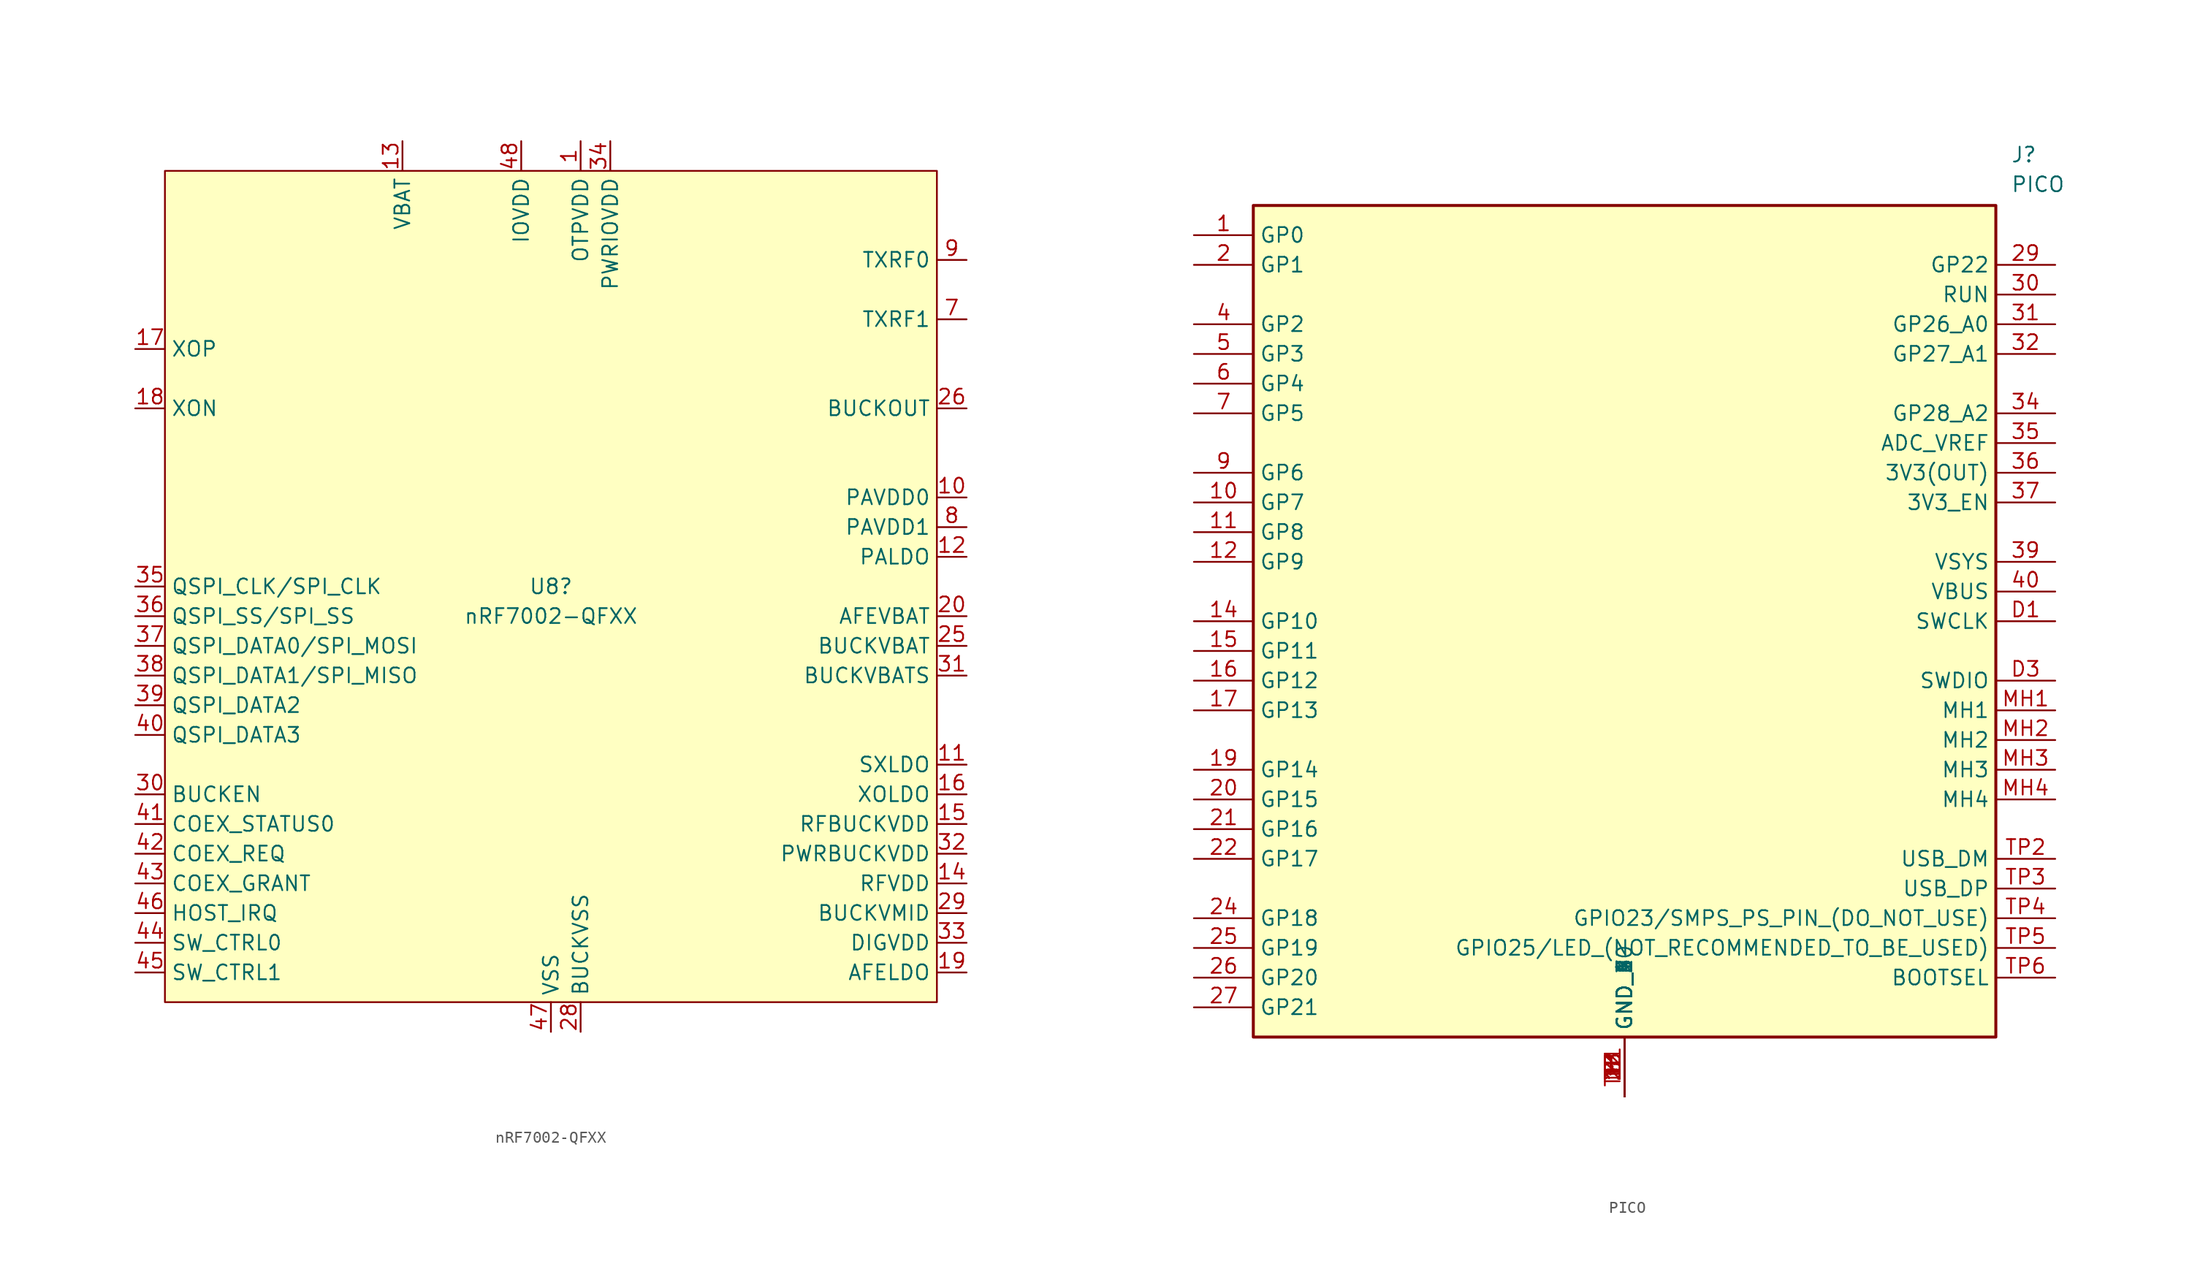
<source format=kicad_sym>
(kicad_symbol_lib
  (version 20231120)
  (generator "kicad_symbol_editor")
  (generator_version "8.0")
  (symbol "nRF7002-QFXX"
    (property "Reference" "U8"
      (at 0 0 0)
      (effects (font (size 1.27 1.27))))
    (property "Value" "nRF7002-QFXX"
      (at 0 -2.54 0)
      (effects (font (size 1.27 1.27))))
    (symbol "nRF7002-QFXX_0_0"
      (pin unspecified line (at 2.54 38.1 270) (length 2.54) (name "OTPVDD" (effects (font (size 1.27 1.27)))) (number "1" (effects (font (size 1.27 1.27)))))
      (pin unspecified line (at 35.56 7.62 180) (length 2.54) (name "PAVDD0" (effects (font (size 1.27 1.27)))) (number "10" (effects (font (size 1.27 1.27)))))
      (pin unspecified line (at 35.56 -15.24 180) (length 2.54) (name "SXLDO" (effects (font (size 1.27 1.27)))) (number "11" (effects (font (size 1.27 1.27)))))
      (pin unspecified line (at 35.56 2.54 180) (length 2.54) (name "PALDO" (effects (font (size 1.27 1.27)))) (number "12" (effects (font (size 1.27 1.27)))))
      (pin unspecified line (at -12.7 38.1 270) (length 2.54) (name "VBAT" (effects (font (size 1.27 1.27)))) (number "13" (effects (font (size 1.27 1.27)))))
      (pin unspecified line (at 35.56 -25.4 180) (length 2.54) (name "RFVDD" (effects (font (size 1.27 1.27)))) (number "14" (effects (font (size 1.27 1.27)))))
      (pin unspecified line (at 35.56 -20.32 180) (length 2.54) (name "RFBUCKVDD" (effects (font (size 1.27 1.27)))) (number "15" (effects (font (size 1.27 1.27)))))
      (pin unspecified line (at 35.56 -17.78 180) (length 2.54) (name "XOLDO" (effects (font (size 1.27 1.27)))) (number "16" (effects (font (size 1.27 1.27)))))
      (pin unspecified line (at -35.56 20.32 0) (length 2.54) (name "XOP" (effects (font (size 1.27 1.27)))) (number "17" (effects (font (size 1.27 1.27)))))
      (pin unspecified line (at -35.56 15.24 0) (length 2.54) (name "XON" (effects (font (size 1.27 1.27)))) (number "18" (effects (font (size 1.27 1.27)))))
      (pin unspecified line (at 35.56 -33.02 180) (length 2.54) (name "AFELDO" (effects (font (size 1.27 1.27)))) (number "19" (effects (font (size 1.27 1.27)))))
      (pin unspecified line (at 35.56 -2.54 180) (length 2.54) (name "AFEVBAT" (effects (font (size 1.27 1.27)))) (number "20" (effects (font (size 1.27 1.27)))))
      (pin unspecified line (at 35.56 -5.08 180) (length 2.54) (name "BUCKVBAT" (effects (font (size 1.27 1.27)))) (number "25" (effects (font (size 1.27 1.27)))))
      (pin unspecified line (at 35.56 15.24 180) (length 2.54) (name "BUCKOUT" (effects (font (size 1.27 1.27)))) (number "26" (effects (font (size 1.27 1.27)))))
      (pin unspecified line (at 2.54 -38.1 90) (length 2.54) (name "BUCKVSS" (effects (font (size 1.27 1.27)))) (number "28" (effects (font (size 1.27 1.27)))))
      (pin unspecified line (at 35.56 -27.94 180) (length 2.54) (name "BUCKVMID" (effects (font (size 1.27 1.27)))) (number "29" (effects (font (size 1.27 1.27)))))
      (pin unspecified line (at -35.56 -17.78 0) (length 2.54) (name "BUCKEN" (effects (font (size 1.27 1.27)))) (number "30" (effects (font (size 1.27 1.27)))))
      (pin unspecified line (at 35.56 -7.62 180) (length 2.54) (name "BUCKVBATS" (effects (font (size 1.27 1.27)))) (number "31" (effects (font (size 1.27 1.27)))))
      (pin unspecified line (at 35.56 -22.86 180) (length 2.54) (name "PWRBUCKVDD" (effects (font (size 1.27 1.27)))) (number "32" (effects (font (size 1.27 1.27)))))
      (pin unspecified line (at 35.56 -30.48 180) (length 2.54) (name "DIGVDD" (effects (font (size 1.27 1.27)))) (number "33" (effects (font (size 1.27 1.27)))))
      (pin unspecified line (at 5.08 38.1 270) (length 2.54) (name "PWRIOVDD" (effects (font (size 1.27 1.27)))) (number "34" (effects (font (size 1.27 1.27)))))
      (pin unspecified line (at -35.56 -2.54 0) (length 2.54) (name "QSPI_SS/SPI_SS" (effects (font (size 1.27 1.27)))) (number "36" (effects (font (size 1.27 1.27)))))
      (pin unspecified line (at -35.56 -5.08 0) (length 2.54) (name "QSPI_DATA0/SPI_MOSI" (effects (font (size 1.27 1.27)))) (number "37" (effects (font (size 1.27 1.27)))))
      (pin unspecified line (at -35.56 -7.62 0) (length 2.54) (name "QSPI_DATA1/SPI_MISO" (effects (font (size 1.27 1.27)))) (number "38" (effects (font (size 1.27 1.27)))))
      (pin unspecified line (at -35.56 -10.16 0) (length 2.54) (name "QSPI_DATA2" (effects (font (size 1.27 1.27)))) (number "39" (effects (font (size 1.27 1.27)))))
      (pin unspecified line (at -35.56 -12.7 0) (length 2.54) (name "QSPI_DATA3" (effects (font (size 1.27 1.27)))) (number "40" (effects (font (size 1.27 1.27)))))
      (pin unspecified line (at -35.56 -20.32 0) (length 2.54) (name "COEX_STATUS0" (effects (font (size 1.27 1.27)))) (number "41" (effects (font (size 1.27 1.27)))))
      (pin unspecified line (at -35.56 -22.86 0) (length 2.54) (name "COEX_REQ" (effects (font (size 1.27 1.27)))) (number "42" (effects (font (size 1.27 1.27)))))
      (pin unspecified line (at -35.56 -25.4 0) (length 2.54) (name "COEX_GRANT" (effects (font (size 1.27 1.27)))) (number "43" (effects (font (size 1.27 1.27)))))
      (pin unspecified line (at -35.56 -30.48 0) (length 2.54) (name "SW_CTRL0" (effects (font (size 1.27 1.27)))) (number "44" (effects (font (size 1.27 1.27)))))
      (pin unspecified line (at -35.56 -33.02 0) (length 2.54) (name "SW_CTRL1" (effects (font (size 1.27 1.27)))) (number "45" (effects (font (size 1.27 1.27)))))
      (pin unspecified line (at -35.56 -27.94 0) (length 2.54) (name "HOST_IRQ" (effects (font (size 1.27 1.27)))) (number "46" (effects (font (size 1.27 1.27)))))
      (pin unspecified line (at -2.54 38.1 270) (length 2.54) (name "IOVDD" (effects (font (size 1.27 1.27)))) (number "48" (effects (font (size 1.27 1.27)))))
      (pin unspecified line (at 35.56 22.86 180) (length 2.54) (name "TXRF1" (effects (font (size 1.27 1.27)))) (number "7" (effects (font (size 1.27 1.27)))))
      (pin unspecified line (at 35.56 5.08 180) (length 2.54) (name "PAVDD1" (effects (font (size 1.27 1.27)))) (number "8" (effects (font (size 1.27 1.27)))))
      (pin unspecified line (at 35.56 27.94 180) (length 2.54) (name "TXRF0" (effects (font (size 1.27 1.27)))) (number "9" (effects (font (size 1.27 1.27))))))
    (symbol "nRF7002-QFXX_1_0"
      (pin no_connect line (at 10.16 -33.02 90) (length 2.54) hide (name "N.C." (effects (font (size 1.27 1.27)))) (number "2" (effects (font (size 1.27 1.27)))))
      (pin no_connect line (at 10.16 -33.02 90) (length 2.54) hide (name "N.C." (effects (font (size 1.27 1.27)))) (number "21" (effects (font (size 1.27 1.27)))))
      (pin no_connect line (at 10.16 -33.02 90) (length 2.54) hide (name "N.C." (effects (font (size 1.27 1.27)))) (number "22" (effects (font (size 1.27 1.27)))))
      (pin no_connect line (at 10.16 -33.02 90) (length 2.54) hide (name "N.C." (effects (font (size 1.27 1.27)))) (number "23" (effects (font (size 1.27 1.27)))))
      (pin no_connect line (at 10.16 -33.02 90) (length 2.54) hide (name "N.C." (effects (font (size 1.27 1.27)))) (number "24" (effects (font (size 1.27 1.27)))))
      (pin unspecified line (at 2.54 -38.1 90) (length 2.54) hide (name "BUCKVSS" (effects (font (size 1.27 1.27)))) (number "27" (effects (font (size 1.27 1.27)))))
      (pin no_connect line (at 10.16 -33.02 90) (length 2.54) hide (name "N.C." (effects (font (size 1.27 1.27)))) (number "3" (effects (font (size 1.27 1.27)))))
      (pin unspecified line (at -35.56 0 0) (length 2.54) (name "QSPI_CLK/SPI_CLK" (effects (font (size 1.27 1.27)))) (number "35" (effects (font (size 1.27 1.27)))))
      (pin no_connect line (at 10.16 -33.02 90) (length 2.54) hide (name "N.C." (effects (font (size 1.27 1.27)))) (number "4" (effects (font (size 1.27 1.27)))))
      (pin unspecified line (at 0 -38.1 90) (length 2.54) (name "VSS" (effects (font (size 1.27 1.27)))) (number "47" (effects (font (size 1.27 1.27)))))
      (pin unspecified line (at 0 -38.1 90) (length 2.54) hide (name "EP" (effects (font (size 1.27 1.27)))) (number "49" (effects (font (size 1.27 1.27)))))
      (pin no_connect line (at 10.16 -33.02 90) (length 2.54) hide (name "N.C." (effects (font (size 1.27 1.27)))) (number "5" (effects (font (size 1.27 1.27)))))
      (pin no_connect line (at 10.16 -33.02 90) (length 2.54) hide (name "N.C." (effects (font (size 1.27 1.27)))) (number "6" (effects (font (size 1.27 1.27))))))
    (symbol "nRF7002-QFXX_1_1"
      (rectangle (start -33.02 35.56) (end 33.02 -35.56) (stroke (width 0) (type default)) (fill (type background)))))
  (symbol "PICO"
    (property "Reference" "J"
      (at 69.85 7.62 0)
      (effects (font (size 1.27 1.27)) (justify left top)))
    (property "Value" "PICO"
      (at 69.85 5.08 0)
      (effects (font (size 1.27 1.27)) (justify left top)))
    (symbol "PICO_1_1"
      (rectangle (start 5.08 2.54) (end 68.58 -68.58) (stroke (width 0.254) (type default)) (fill (type background)))
      (pin passive line (at 0 0 0) (length 5.08) (name "GP0" (effects (font (size 1.27 1.27)))) (number "1" (effects (font (size 1.27 1.27)))))
      (pin passive line (at 0 -22.86 0) (length 5.08) (name "GP7" (effects (font (size 1.27 1.27)))) (number "10" (effects (font (size 1.27 1.27)))))
      (pin passive line (at 0 -25.4 0) (length 5.08) (name "GP8" (effects (font (size 1.27 1.27)))) (number "11" (effects (font (size 1.27 1.27)))))
      (pin passive line (at 0 -27.94 0) (length 5.08) (name "GP9" (effects (font (size 1.27 1.27)))) (number "12" (effects (font (size 1.27 1.27)))))
      (pin passive line (at 36.83 -73.66 90) (length 5.08) (name "GND_3" (effects (font (size 1.27 1.27)))) (number "13" (effects (font (size 1.27 1.27)))))
      (pin passive line (at 0 -33.02 0) (length 5.08) (name "GP10" (effects (font (size 1.27 1.27)))) (number "14" (effects (font (size 1.27 1.27)))))
      (pin passive line (at 0 -35.56 0) (length 5.08) (name "GP11" (effects (font (size 1.27 1.27)))) (number "15" (effects (font (size 1.27 1.27)))))
      (pin passive line (at 0 -38.1 0) (length 5.08) (name "GP12" (effects (font (size 1.27 1.27)))) (number "16" (effects (font (size 1.27 1.27)))))
      (pin passive line (at 0 -40.64 0) (length 5.08) (name "GP13" (effects (font (size 1.27 1.27)))) (number "17" (effects (font (size 1.27 1.27)))))
      (pin passive line (at 36.83 -73.66 90) (length 5.08) (name "GND_4" (effects (font (size 1.27 1.27)))) (number "18" (effects (font (size 1.27 1.27)))))
      (pin passive line (at 0 -45.72 0) (length 5.08) (name "GP14" (effects (font (size 1.27 1.27)))) (number "19" (effects (font (size 1.27 1.27)))))
      (pin passive line (at 0 -2.54 0) (length 5.08) (name "GP1" (effects (font (size 1.27 1.27)))) (number "2" (effects (font (size 1.27 1.27)))))
      (pin passive line (at 0 -48.26 0) (length 5.08) (name "GP15" (effects (font (size 1.27 1.27)))) (number "20" (effects (font (size 1.27 1.27)))))
      (pin passive line (at 0 -50.8 0) (length 5.08) (name "GP16" (effects (font (size 1.27 1.27)))) (number "21" (effects (font (size 1.27 1.27)))))
      (pin passive line (at 0 -53.34 0) (length 5.08) (name "GP17" (effects (font (size 1.27 1.27)))) (number "22" (effects (font (size 1.27 1.27)))))
      (pin passive line (at 36.83 -73.66 90) (length 5.08) (name "GND_5" (effects (font (size 1.27 1.27)))) (number "23" (effects (font (size 1.27 1.27)))))
      (pin passive line (at 0 -58.42 0) (length 5.08) (name "GP18" (effects (font (size 1.27 1.27)))) (number "24" (effects (font (size 1.27 1.27)))))
      (pin passive line (at 0 -60.96 0) (length 5.08) (name "GP19" (effects (font (size 1.27 1.27)))) (number "25" (effects (font (size 1.27 1.27)))))
      (pin passive line (at 0 -63.5 0) (length 5.08) (name "GP20" (effects (font (size 1.27 1.27)))) (number "26" (effects (font (size 1.27 1.27)))))
      (pin passive line (at 0 -66.04 0) (length 5.08) (name "GP21" (effects (font (size 1.27 1.27)))) (number "27" (effects (font (size 1.27 1.27)))))
      (pin passive line (at 36.83 -73.66 90) (length 5.08) (name "GND_6" (effects (font (size 1.27 1.27)))) (number "28" (effects (font (size 1.27 1.27)))))
      (pin passive line (at 73.66 -2.54 180) (length 5.08) (name "GP22" (effects (font (size 1.27 1.27)))) (number "29" (effects (font (size 1.27 1.27)))))
      (pin passive line (at 36.83 -73.66 90) (length 5.08) (name "GND_1" (effects (font (size 1.27 1.27)))) (number "3" (effects (font (size 1.27 1.27)))))
      (pin passive line (at 73.66 -5.08 180) (length 5.08) (name "RUN" (effects (font (size 1.27 1.27)))) (number "30" (effects (font (size 1.27 1.27)))))
      (pin passive line (at 73.66 -7.62 180) (length 5.08) (name "GP26_A0" (effects (font (size 1.27 1.27)))) (number "31" (effects (font (size 1.27 1.27)))))
      (pin passive line (at 73.66 -10.16 180) (length 5.08) (name "GP27_A1" (effects (font (size 1.27 1.27)))) (number "32" (effects (font (size 1.27 1.27)))))
      (pin passive line (at 36.83 -73.66 90) (length 5.08) (name "GND_7" (effects (font (size 1.27 1.27)))) (number "33" (effects (font (size 1.27 1.27)))))
      (pin passive line (at 73.66 -15.24 180) (length 5.08) (name "GP28_A2" (effects (font (size 1.27 1.27)))) (number "34" (effects (font (size 1.27 1.27)))))
      (pin passive line (at 73.66 -17.78 180) (length 5.08) (name "ADC_VREF" (effects (font (size 1.27 1.27)))) (number "35" (effects (font (size 1.27 1.27)))))
      (pin passive line (at 73.66 -20.32 180) (length 5.08) (name "3V3(OUT)" (effects (font (size 1.27 1.27)))) (number "36" (effects (font (size 1.27 1.27)))))
      (pin passive line (at 73.66 -22.86 180) (length 5.08) (name "3V3_EN" (effects (font (size 1.27 1.27)))) (number "37" (effects (font (size 1.27 1.27)))))
      (pin passive line (at 36.83 -73.66 90) (length 5.08) (name "GND_8" (effects (font (size 1.27 1.27)))) (number "38" (effects (font (size 1.27 1.27)))))
      (pin passive line (at 73.66 -27.94 180) (length 5.08) (name "VSYS" (effects (font (size 1.27 1.27)))) (number "39" (effects (font (size 1.27 1.27)))))
      (pin passive line (at 0 -7.62 0) (length 5.08) (name "GP2" (effects (font (size 1.27 1.27)))) (number "4" (effects (font (size 1.27 1.27)))))
      (pin passive line (at 73.66 -30.48 180) (length 5.08) (name "VBUS" (effects (font (size 1.27 1.27)))) (number "40" (effects (font (size 1.27 1.27)))))
      (pin passive line (at 0 -10.16 0) (length 5.08) (name "GP3" (effects (font (size 1.27 1.27)))) (number "5" (effects (font (size 1.27 1.27)))))
      (pin passive line (at 0 -12.7 0) (length 5.08) (name "GP4" (effects (font (size 1.27 1.27)))) (number "6" (effects (font (size 1.27 1.27)))))
      (pin passive line (at 0 -15.24 0) (length 5.08) (name "GP5" (effects (font (size 1.27 1.27)))) (number "7" (effects (font (size 1.27 1.27)))))
      (pin passive line (at 36.83 -73.66 90) (length 5.08) (name "GND_2" (effects (font (size 1.27 1.27)))) (number "8" (effects (font (size 1.27 1.27)))))
      (pin passive line (at 0 -20.32 0) (length 5.08) (name "GP6" (effects (font (size 1.27 1.27)))) (number "9" (effects (font (size 1.27 1.27)))))
      (pin passive line (at 73.66 -33.02 180) (length 5.08) (name "SWCLK" (effects (font (size 1.27 1.27)))) (number "D1" (effects (font (size 1.27 1.27)))))
      (pin passive line (at 36.83 -73.66 90) (length 5.08) (name "GND_9" (effects (font (size 1.27 1.27)))) (number "D2" (effects (font (size 1.27 1.27)))))
      (pin passive line (at 73.66 -38.1 180) (length 5.08) (name "SWDIO" (effects (font (size 1.27 1.27)))) (number "D3" (effects (font (size 1.27 1.27)))))
      (pin passive line (at 73.66 -40.64 180) (length 5.08) (name "MH1" (effects (font (size 1.27 1.27)))) (number "MH1" (effects (font (size 1.27 1.27)))))
      (pin passive line (at 73.66 -43.18 180) (length 5.08) (name "MH2" (effects (font (size 1.27 1.27)))) (number "MH2" (effects (font (size 1.27 1.27)))))
      (pin passive line (at 73.66 -45.72 180) (length 5.08) (name "MH3" (effects (font (size 1.27 1.27)))) (number "MH3" (effects (font (size 1.27 1.27)))))
      (pin passive line (at 73.66 -48.26 180) (length 5.08) (name "MH4" (effects (font (size 1.27 1.27)))) (number "MH4" (effects (font (size 1.27 1.27)))))
      (pin passive line (at 36.83 -73.66 90) (length 5.08) (name "GND_10" (effects (font (size 1.27 1.27)))) (number "TP1" (effects (font (size 1.27 1.27)))))
      (pin passive line (at 73.66 -53.34 180) (length 5.08) (name "USB_DM" (effects (font (size 1.27 1.27)))) (number "TP2" (effects (font (size 1.27 1.27)))))
      (pin passive line (at 73.66 -55.88 180) (length 5.08) (name "USB_DP" (effects (font (size 1.27 1.27)))) (number "TP3" (effects (font (size 1.27 1.27)))))
      (pin passive line (at 73.66 -58.42 180) (length 5.08) (name "GPIO23/SMPS_PS_PIN_(DO_NOT_USE)" (effects (font (size 1.27 1.27)))) (number "TP4" (effects (font (size 1.27 1.27)))))
      (pin passive line (at 73.66 -60.96 180) (length 5.08) (name "GPIO25/LED_(NOT_RECOMMENDED_TO_BE_USED)" (effects (font (size 1.27 1.27)))) (number "TP5" (effects (font (size 1.27 1.27)))))
      (pin passive line (at 73.66 -63.5 180) (length 5.08) (name "BOOTSEL" (effects (font (size 1.27 1.27)))) (number "TP6" (effects (font (size 1.27 1.27))))))))
</source>
